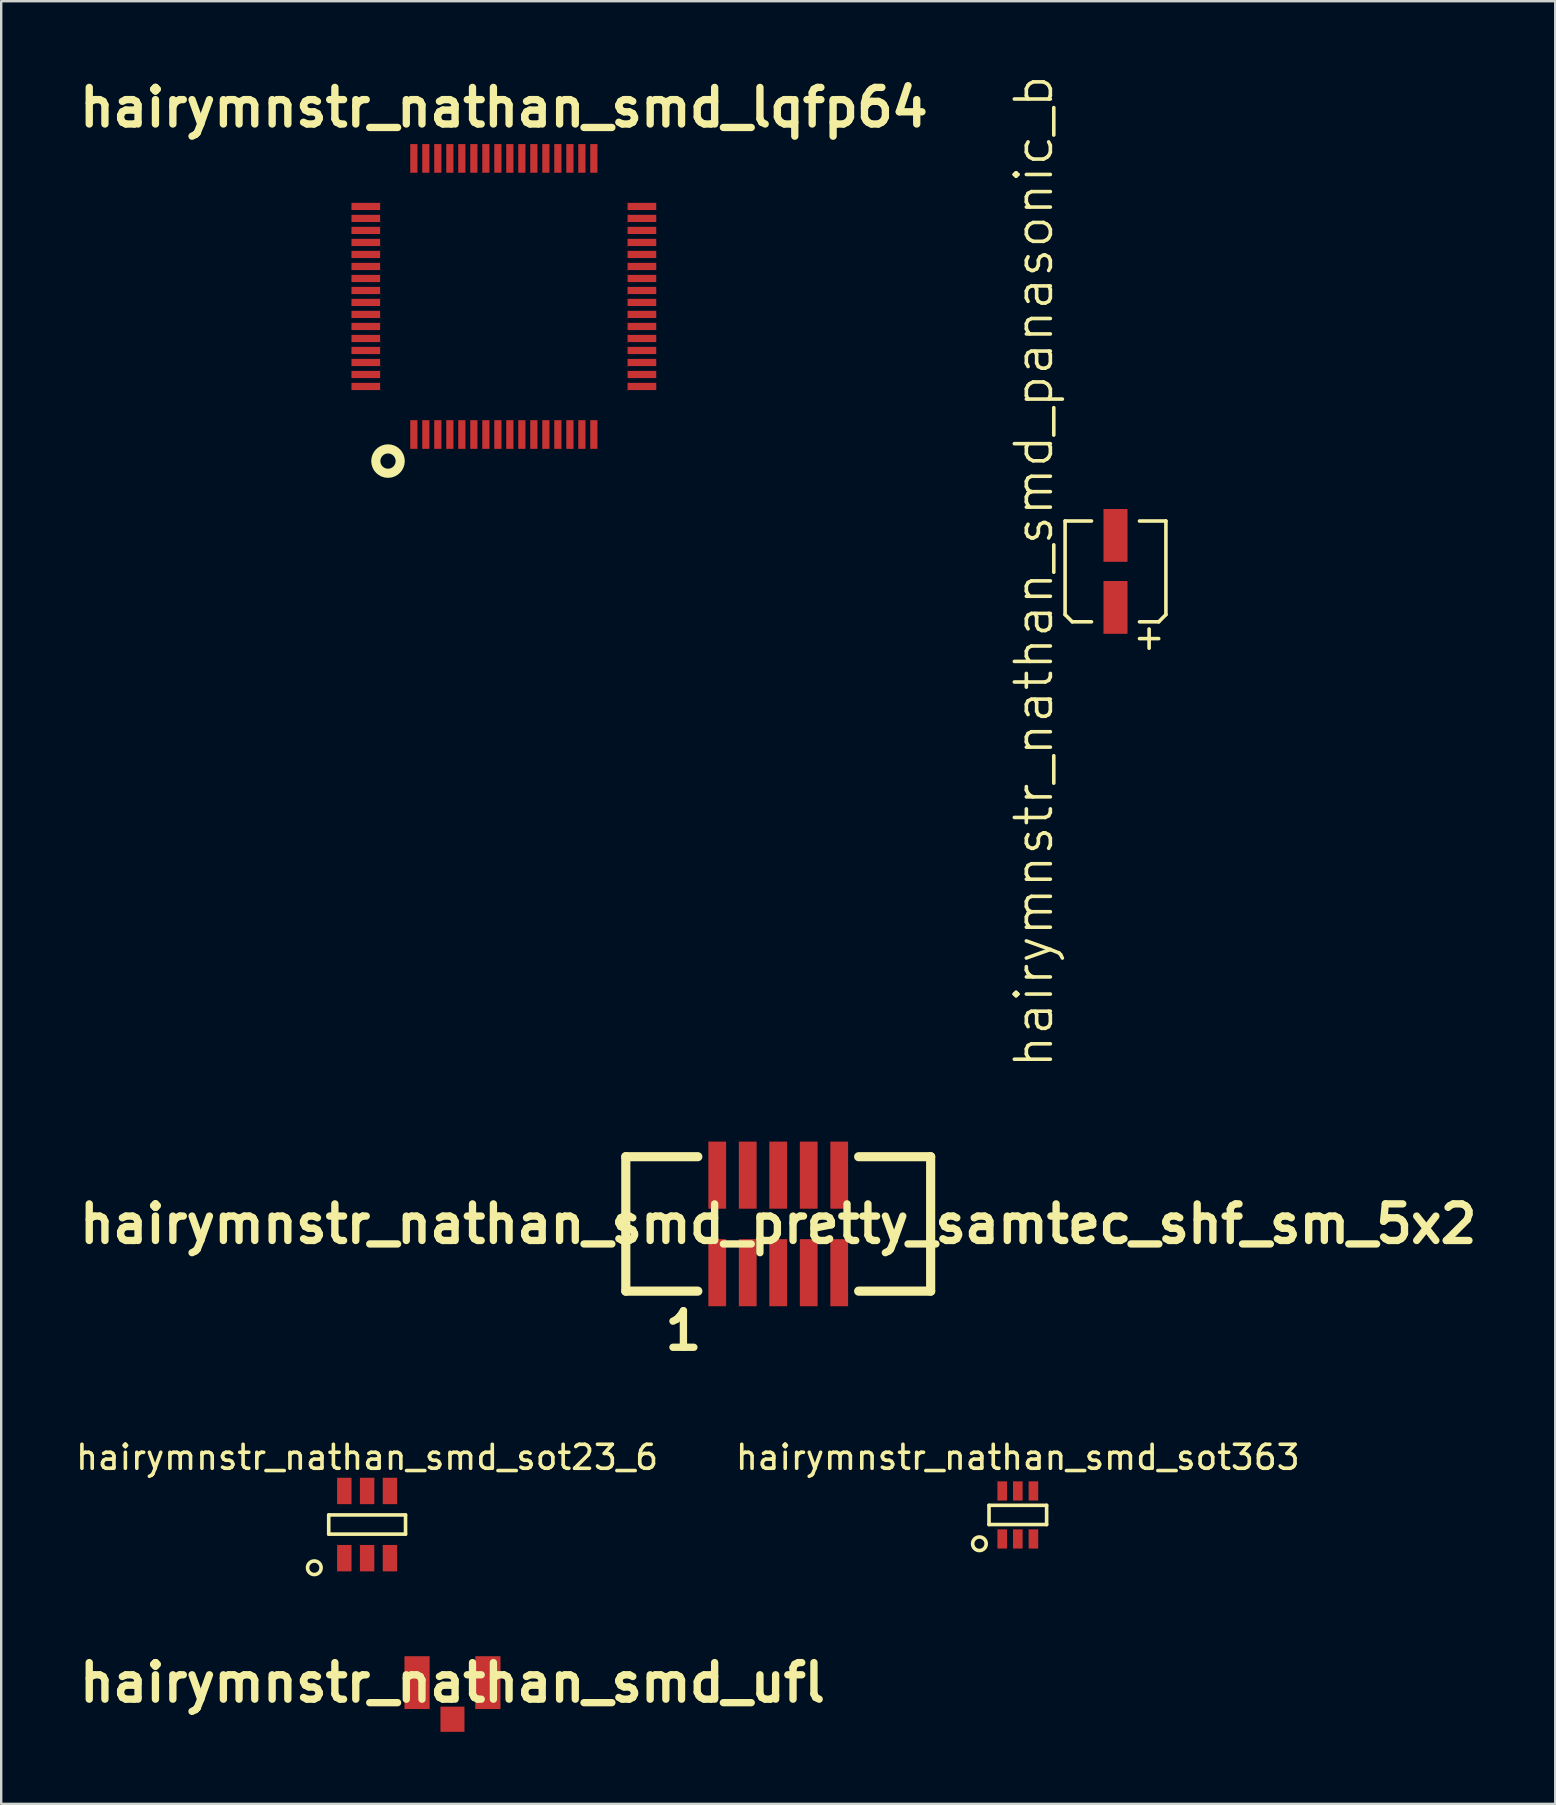
<source format=kicad_pcb>
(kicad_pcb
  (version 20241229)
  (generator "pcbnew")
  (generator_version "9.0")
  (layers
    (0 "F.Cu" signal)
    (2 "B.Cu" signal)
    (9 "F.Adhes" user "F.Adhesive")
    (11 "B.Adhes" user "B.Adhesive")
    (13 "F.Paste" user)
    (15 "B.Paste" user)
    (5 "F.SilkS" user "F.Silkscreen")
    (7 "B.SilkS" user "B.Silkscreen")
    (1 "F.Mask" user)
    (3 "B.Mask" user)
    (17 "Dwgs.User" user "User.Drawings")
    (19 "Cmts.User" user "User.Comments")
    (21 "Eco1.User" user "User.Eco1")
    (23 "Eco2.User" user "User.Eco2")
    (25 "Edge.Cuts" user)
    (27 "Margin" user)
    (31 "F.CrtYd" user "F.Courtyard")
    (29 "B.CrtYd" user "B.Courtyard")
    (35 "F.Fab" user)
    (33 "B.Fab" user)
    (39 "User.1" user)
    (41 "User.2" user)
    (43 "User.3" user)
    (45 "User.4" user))
  (footprint "hairymnstr_nathan_smd_pretty_samtec_shf_sm_5x2"
    (layer "F.Cu")
    (at 29.37 47.937)
    (property "Reference" "hairymnstr_nathan_smd_pretty_samtec_shf_sm_5x2" (at 0 0 0) (layer "F.SilkS") (effects (font (size 1.524 1.524) (thickness 0.305))))
    (attr through_hole)
    (fp_line (start -6.35 -2.8) (end -6.35 2.8) (stroke (width 0.381) (type solid)) (layer "F.SilkS"))
    (fp_line (start -6.35 -2.8) (end -3.35 -2.8) (stroke (width 0.381) (type solid)) (layer "F.SilkS"))
    (fp_line (start -6.35 2.8) (end -3.35 2.8) (stroke (width 0.381) (type solid)) (layer "F.SilkS"))
    (fp_line (start 6.35 -2.8) (end 3.35 -2.8) (stroke (width 0.381) (type solid)) (layer "F.SilkS"))
    (fp_line (start 6.35 2.8) (end 3.35 2.8) (stroke (width 0.381) (type solid)) (layer "F.SilkS"))
    (fp_line (start 6.35 2.8) (end 6.35 -2.8) (stroke (width 0.381) (type solid)) (layer "F.SilkS"))
    (fp_text user "1" (at -3.95 4.45 0) (layer "F.SilkS") (effects (font (size 1.524 1.524) (thickness 0.305))))
    (pad "1" smd rect (at -2.54 2.032) (size 0.74 2.795) (layers "F.Cu" "F.Mask" "F.Paste"))
    (pad "2" smd rect (at -2.54 -2.032) (size 0.74 2.795) (layers "F.Cu" "F.Mask" "F.Paste"))
    (pad "3" smd rect (at -1.27 2.032) (size 0.74 2.795) (layers "F.Cu" "F.Mask" "F.Paste"))
    (pad "4" smd rect (at -1.27 -2.032) (size 0.74 2.795) (layers "F.Cu" "F.Mask" "F.Paste"))
    (pad "5" smd rect (at 0 2.032) (size 0.74 2.795) (layers "F.Cu" "F.Mask" "F.Paste"))
    (pad "6" smd rect (at 0 -2.032) (size 0.74 2.795) (layers "F.Cu" "F.Mask" "F.Paste"))
    (pad "7" smd rect (at 1.27 2.032) (size 0.74 2.795) (layers "F.Cu" "F.Mask" "F.Paste"))
    (pad "8" smd rect (at 1.27 -2.032) (size 0.74 2.795) (layers "F.Cu" "F.Mask" "F.Paste"))
    (pad "9" smd rect (at 2.54 2.032) (size 0.74 2.795) (layers "F.Cu" "F.Mask" "F.Paste"))
    (pad "10" smd rect (at 2.54 -2.032) (size 0.74 2.795) (layers "F.Cu" "F.Mask" "F.Paste")))
  (footprint "hairymnstr_nathan_smd_lqfp64"
    (layer "F.Cu")
    (at 17.94 9.3)
    (property "Reference" "hairymnstr_nathan_smd_lqfp64" (at 0 -7.874 0) (layer "F.SilkS") (effects (font (size 1.524 1.524) (thickness 0.305))))
    (attr through_hole)
    (fp_circle (center -4.826 6.858) (end -4.826 6.35) (stroke (width 0.381) (type solid)) (fill no) (layer "F.SilkS"))
    (pad "1" smd rect (at -3.749 5.751) (size 0.3 1.194) (layers "F.Cu" "F.Mask" "F.Paste"))
    (pad "2" smd rect (at -3.251 5.751) (size 0.3 1.194) (layers "F.Cu" "F.Mask" "F.Paste"))
    (pad "3" smd rect (at -2.751 5.751) (size 0.3 1.194) (layers "F.Cu" "F.Mask" "F.Paste"))
    (pad "4" smd rect (at -2.25 5.751) (size 0.3 1.194) (layers "F.Cu" "F.Mask" "F.Paste"))
    (pad "5" smd rect (at -1.75 5.751) (size 0.3 1.194) (layers "F.Cu" "F.Mask" "F.Paste"))
    (pad "6" smd rect (at -1.25 5.751) (size 0.3 1.194) (layers "F.Cu" "F.Mask" "F.Paste"))
    (pad "7" smd rect (at -0.749 5.751) (size 0.3 1.194) (layers "F.Cu" "F.Mask" "F.Paste"))
    (pad "8" smd rect (at -0.249 5.751) (size 0.3 1.194) (layers "F.Cu" "F.Mask" "F.Paste"))
    (pad "9" smd rect (at 0.249 5.751) (size 0.3 1.194) (layers "F.Cu" "F.Mask" "F.Paste"))
    (pad "10" smd rect (at 0.749 5.751) (size 0.3 1.194) (layers "F.Cu" "F.Mask" "F.Paste"))
    (pad "11" smd rect (at 1.25 5.751) (size 0.3 1.194) (layers "F.Cu" "F.Mask" "F.Paste"))
    (pad "12" smd rect (at 1.75 5.751) (size 0.3 1.194) (layers "F.Cu" "F.Mask" "F.Paste"))
    (pad "13" smd rect (at 2.25 5.751) (size 0.3 1.194) (layers "F.Cu" "F.Mask" "F.Paste"))
    (pad "14" smd rect (at 2.751 5.751) (size 0.3 1.194) (layers "F.Cu" "F.Mask" "F.Paste"))
    (pad "15" smd rect (at 3.251 5.751) (size 0.3 1.194) (layers "F.Cu" "F.Mask" "F.Paste"))
    (pad "16" smd rect (at 3.749 5.751) (size 0.3 1.194) (layers "F.Cu" "F.Mask" "F.Paste"))
    (pad "17" smd rect (at 5.751 3.749) (size 1.194 0.3) (layers "F.Cu" "F.Mask" "F.Paste"))
    (pad "18" smd rect (at 5.751 3.251) (size 1.194 0.3) (layers "F.Cu" "F.Mask" "F.Paste"))
    (pad "19" smd rect (at 5.751 2.751) (size 1.194 0.3) (layers "F.Cu" "F.Mask" "F.Paste"))
    (pad "20" smd rect (at 5.751 2.25) (size 1.194 0.3) (layers "F.Cu" "F.Mask" "F.Paste"))
    (pad "21" smd rect (at 5.751 1.75) (size 1.194 0.3) (layers "F.Cu" "F.Mask" "F.Paste"))
    (pad "22" smd rect (at 5.751 1.25) (size 1.194 0.3) (layers "F.Cu" "F.Mask" "F.Paste"))
    (pad "23" smd rect (at 5.751 0.749) (size 1.194 0.3) (layers "F.Cu" "F.Mask" "F.Paste"))
    (pad "24" smd rect (at 5.751 0.249) (size 1.194 0.3) (layers "F.Cu" "F.Mask" "F.Paste"))
    (pad "25" smd rect (at 5.751 -0.249) (size 1.194 0.3) (layers "F.Cu" "F.Mask" "F.Paste"))
    (pad "26" smd rect (at 5.751 -0.749) (size 1.194 0.3) (layers "F.Cu" "F.Mask" "F.Paste"))
    (pad "27" smd rect (at 5.751 -1.25) (size 1.194 0.3) (layers "F.Cu" "F.Mask" "F.Paste"))
    (pad "28" smd rect (at 5.751 -1.75) (size 1.194 0.3) (layers "F.Cu" "F.Mask" "F.Paste"))
    (pad "29" smd rect (at 5.751 -2.25) (size 1.194 0.3) (layers "F.Cu" "F.Mask" "F.Paste"))
    (pad "30" smd rect (at 5.751 -2.751) (size 1.194 0.3) (layers "F.Cu" "F.Mask" "F.Paste"))
    (pad "31" smd rect (at 5.751 -3.251) (size 1.194 0.3) (layers "F.Cu" "F.Mask" "F.Paste"))
    (pad "32" smd rect (at 5.751 -3.749) (size 1.194 0.3) (layers "F.Cu" "F.Mask" "F.Paste"))
    (pad "33" smd rect (at 3.749 -5.751) (size 0.3 1.194) (layers "F.Cu" "F.Mask" "F.Paste"))
    (pad "34" smd rect (at 3.251 -5.751) (size 0.3 1.194) (layers "F.Cu" "F.Mask" "F.Paste"))
    (pad "35" smd rect (at 2.751 -5.751) (size 0.3 1.194) (layers "F.Cu" "F.Mask" "F.Paste"))
    (pad "36" smd rect (at 2.25 -5.751) (size 0.3 1.194) (layers "F.Cu" "F.Mask" "F.Paste"))
    (pad "37" smd rect (at 1.75 -5.751) (size 0.3 1.194) (layers "F.Cu" "F.Mask" "F.Paste"))
    (pad "38" smd rect (at 1.25 -5.751) (size 0.3 1.194) (layers "F.Cu" "F.Mask" "F.Paste"))
    (pad "39" smd rect (at 0.749 -5.751) (size 0.3 1.194) (layers "F.Cu" "F.Mask" "F.Paste"))
    (pad "40" smd rect (at 0.249 -5.751) (size 0.3 1.194) (layers "F.Cu" "F.Mask" "F.Paste"))
    (pad "41" smd rect (at -0.249 -5.751) (size 0.3 1.194) (layers "F.Cu" "F.Mask" "F.Paste"))
    (pad "42" smd rect (at -0.749 -5.751) (size 0.3 1.194) (layers "F.Cu" "F.Mask" "F.Paste"))
    (pad "43" smd rect (at -1.25 -5.751) (size 0.3 1.194) (layers "F.Cu" "F.Mask" "F.Paste"))
    (pad "44" smd rect (at -1.75 -5.751) (size 0.3 1.194) (layers "F.Cu" "F.Mask" "F.Paste"))
    (pad "45" smd rect (at -2.25 -5.751) (size 0.3 1.194) (layers "F.Cu" "F.Mask" "F.Paste"))
    (pad "46" smd rect (at -2.751 -5.751) (size 0.3 1.194) (layers "F.Cu" "F.Mask" "F.Paste"))
    (pad "47" smd rect (at -3.251 -5.751) (size 0.3 1.194) (layers "F.Cu" "F.Mask" "F.Paste"))
    (pad "48" smd rect (at -3.749 -5.751) (size 0.3 1.194) (layers "F.Cu" "F.Mask" "F.Paste"))
    (pad "49" smd rect (at -5.751 -3.749) (size 1.194 0.3) (layers "F.Cu" "F.Mask" "F.Paste"))
    (pad "50" smd rect (at -5.751 -3.251) (size 1.194 0.3) (layers "F.Cu" "F.Mask" "F.Paste"))
    (pad "51" smd rect (at -5.751 -2.751) (size 1.194 0.3) (layers "F.Cu" "F.Mask" "F.Paste"))
    (pad "52" smd rect (at -5.751 -2.25) (size 1.194 0.3) (layers "F.Cu" "F.Mask" "F.Paste"))
    (pad "53" smd rect (at -5.751 -1.75) (size 1.194 0.3) (layers "F.Cu" "F.Mask" "F.Paste"))
    (pad "54" smd rect (at -5.751 -1.25) (size 1.194 0.3) (layers "F.Cu" "F.Mask" "F.Paste"))
    (pad "55" smd rect (at -5.751 -0.749) (size 1.194 0.3) (layers "F.Cu" "F.Mask" "F.Paste"))
    (pad "56" smd rect (at -5.751 -0.249) (size 1.194 0.3) (layers "F.Cu" "F.Mask" "F.Paste"))
    (pad "57" smd rect (at -5.751 0.249) (size 1.194 0.3) (layers "F.Cu" "F.Mask" "F.Paste"))
    (pad "58" smd rect (at -5.751 0.749) (size 1.194 0.3) (layers "F.Cu" "F.Mask" "F.Paste"))
    (pad "59" smd rect (at -5.751 1.25) (size 1.194 0.3) (layers "F.Cu" "F.Mask" "F.Paste"))
    (pad "60" smd rect (at -5.751 1.75) (size 1.194 0.3) (layers "F.Cu" "F.Mask" "F.Paste"))
    (pad "61" smd rect (at -5.751 2.25) (size 1.194 0.3) (layers "F.Cu" "F.Mask" "F.Paste"))
    (pad "62" smd rect (at -5.751 2.751) (size 1.194 0.3) (layers "F.Cu" "F.Mask" "F.Paste"))
    (pad "63" smd rect (at -5.751 3.251) (size 1.194 0.3) (layers "F.Cu" "F.Mask" "F.Paste"))
    (pad "64" smd rect (at -5.751 3.749) (size 1.194 0.3) (layers "F.Cu" "F.Mask" "F.Paste")))
  (footprint "hairymnstr_nathan_smd_sot23_6"
    (layer "F.Cu")
    (at 12.244 60.461)
    (property "Reference" "hairymnstr_nathan_smd_sot23_6" (at 0 -2.8 0) (layer "F.SilkS") (effects (font (size 1 1) (thickness 0.15))))
    (attr smd)
    (fp_line (start -1.6 -0.4) (end 1.6 -0.4) (stroke (width 0.15) (type solid)) (layer "F.SilkS"))
    (fp_line (start -1.6 0.4) (end -1.6 -0.4) (stroke (width 0.15) (type solid)) (layer "F.SilkS"))
    (fp_line (start 1.6 -0.4) (end 1.6 0.4) (stroke (width 0.15) (type solid)) (layer "F.SilkS"))
    (fp_line (start 1.6 0.4) (end -1.6 0.4) (stroke (width 0.15) (type solid)) (layer "F.SilkS"))
    (fp_circle (center -2.2 1.8) (end -2.4 1.6) (stroke (width 0.15) (type solid)) (fill no) (layer "F.SilkS"))
    (pad "1" smd rect (at -0.95 1.4) (size 0.6 1.1) (layers "F.Cu" "F.Mask" "F.Paste"))
    (pad "2" smd rect (at 0 1.4) (size 0.6 1.1) (layers "F.Cu" "F.Mask" "F.Paste"))
    (pad "3" smd rect (at 0.95 1.4) (size 0.6 1.1) (layers "F.Cu" "F.Mask" "F.Paste"))
    (pad "4" smd rect (at 0.95 -1.4) (size 0.6 1.1) (layers "F.Cu" "F.Mask" "F.Paste"))
    (pad "5" smd rect (at 0 -1.4) (size 0.6 1.1) (layers "F.Cu" "F.Mask" "F.Paste"))
    (pad "6" smd rect (at -0.95 -1.4) (size 0.6 1.1) (layers "F.Cu" "F.Mask" "F.Paste")))
  (footprint "hairymnstr_nathan_smd_ufl"
    (layer "F.Cu")
    (at 15.799 67.046)
    (property "Reference" "hairymnstr_nathan_smd_ufl" (at 0 0 0) (layer "F.SilkS") (effects (font (size 1.524 1.524) (thickness 0.305))))
    (attr smd)
    (pad "" smd rect (at -1.625 0) (size 0.75 2) (layers "F.Paste"))
    (pad "" smd rect (at 1.625 0) (size 0.75 2) (layers "F.Paste"))
    (pad "1" smd rect (at 0 1.525) (size 1 1.05) (layers "F.Cu" "F.Mask" "F.Paste"))
    (pad "2" smd rect (at -1.475 0) (size 1.05 2.2) (layers "F.Cu" "F.Mask"))
    (pad "2" smd rect (at 1.475 0) (size 1.05 2.2) (layers "F.Cu" "F.Mask")))
  (footprint "hairymnstr_nathan_smd_panasonic_b"
    (layer "F.Cu")
    (at 43.42 20.754)
    (property "Reference" "hairymnstr_nathan_smd_panasonic_b" (at -3.4 0 90) (layer "F.SilkS") (effects (font (size 1.5 1.5) (thickness 0.15))))
    (attr through_hole)
    (fp_line (start -2.1 -2.1) (end -2.1 1.8) (stroke (width 0.15) (type solid)) (layer "F.SilkS"))
    (fp_line (start -2.1 1.8) (end -1.8 2.1) (stroke (width 0.15) (type solid)) (layer "F.SilkS"))
    (fp_line (start -1.8 2.1) (end -1 2.1) (stroke (width 0.15) (type solid)) (layer "F.SilkS"))
    (fp_line (start -1 -2.1) (end -2.1 -2.1) (stroke (width 0.15) (type solid)) (layer "F.SilkS"))
    (fp_line (start 1 2.1) (end 1.8 2.1) (stroke (width 0.15) (type solid)) (layer "F.SilkS"))
    (fp_line (start 1 2.8) (end 1.8 2.8) (stroke (width 0.15) (type solid)) (layer "F.SilkS"))
    (fp_line (start 1.4 2.4) (end 1.4 3.2) (stroke (width 0.15) (type solid)) (layer "F.SilkS"))
    (fp_line (start 1.8 2.1) (end 2.1 1.8) (stroke (width 0.15) (type solid)) (layer "F.SilkS"))
    (fp_line (start 2.1 -2.1) (end 1 -2.1) (stroke (width 0.15) (type solid)) (layer "F.SilkS"))
    (fp_line (start 2.1 1.8) (end 2.1 -2.1) (stroke (width 0.15) (type solid)) (layer "F.SilkS"))
    (pad "1" smd rect (at 0 1.5) (size 1 2.2) (layers "F.Cu" "F.Mask" "F.Paste"))
    (pad "2" smd rect (at 0 -1.5) (size 1 2.2) (layers "F.Cu" "F.Mask" "F.Paste")))
  (footprint "hairymnstr_nathan_smd_sot363"
    (layer "F.Cu")
    (at 39.351 60.061)
    (property "Reference" "hairymnstr_nathan_smd_sot363" (at 0 -2.4 0) (layer "F.SilkS") (effects (font (size 1 1) (thickness 0.15))))
    (attr through_hole)
    (fp_line (start -1.2 -0.4) (end 1.2 -0.4) (stroke (width 0.15) (type solid)) (layer "F.SilkS"))
    (fp_line (start -1.2 0.4) (end -1.2 -0.4) (stroke (width 0.15) (type solid)) (layer "F.SilkS"))
    (fp_line (start 1.2 -0.4) (end 1.2 0.4) (stroke (width 0.15) (type solid)) (layer "F.SilkS"))
    (fp_line (start 1.2 0.4) (end -1.2 0.4) (stroke (width 0.15) (type solid)) (layer "F.SilkS"))
    (fp_circle (center -1.6 1.2) (end -1.8 1) (stroke (width 0.15) (type solid)) (fill no) (layer "F.SilkS"))
    (pad "1" smd rect (at -0.65 1) (size 0.4 0.8) (layers "F.Cu" "F.Mask" "F.Paste"))
    (pad "2" smd rect (at 0 1) (size 0.4 0.8) (layers "F.Cu" "F.Mask" "F.Paste"))
    (pad "3" smd rect (at 0.65 1) (size 0.4 0.8) (layers "F.Cu" "F.Mask" "F.Paste"))
    (pad "4" smd rect (at 0.65 -1) (size 0.4 0.8) (layers "F.Cu" "F.Mask" "F.Paste"))
    (pad "5" smd rect (at 0 -1) (size 0.4 0.8) (layers "F.Cu" "F.Mask" "F.Paste"))
    (pad "6" smd rect (at -0.65 -1) (size 0.4 0.8) (layers "F.Cu" "F.Mask" "F.Paste")))
  (gr_rect
    (start -3 -3)
    (end 61.739 72.096)
    (stroke (width 0.1) (type default))
    (fill no)
    (layer "Edge.Cuts")))
</source>
